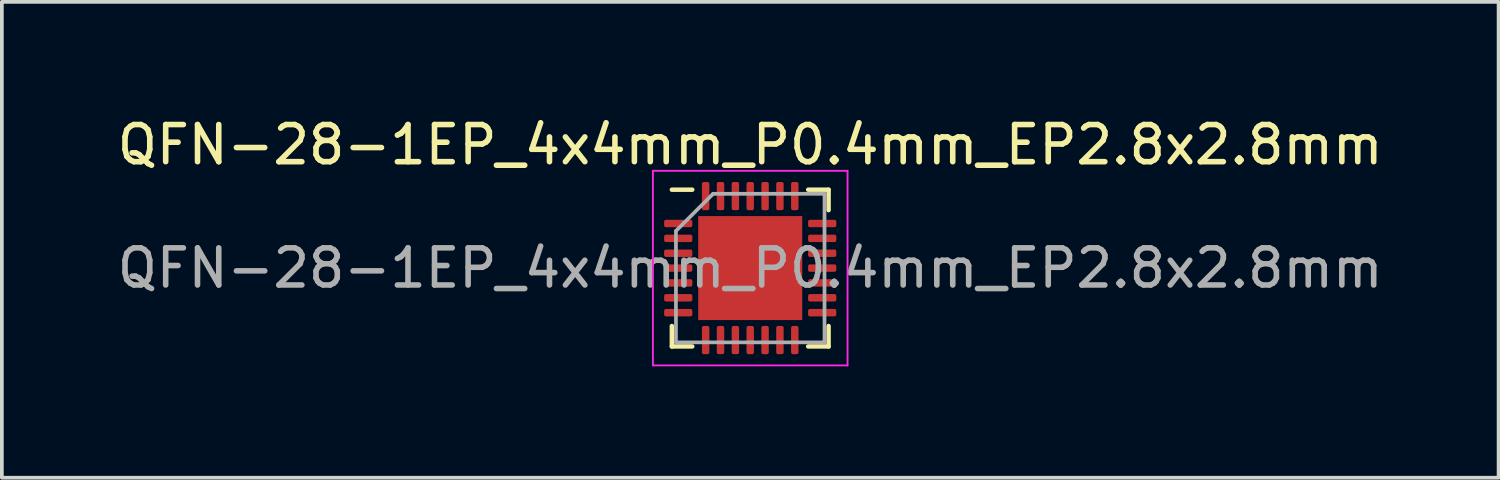
<source format=kicad_pcb>
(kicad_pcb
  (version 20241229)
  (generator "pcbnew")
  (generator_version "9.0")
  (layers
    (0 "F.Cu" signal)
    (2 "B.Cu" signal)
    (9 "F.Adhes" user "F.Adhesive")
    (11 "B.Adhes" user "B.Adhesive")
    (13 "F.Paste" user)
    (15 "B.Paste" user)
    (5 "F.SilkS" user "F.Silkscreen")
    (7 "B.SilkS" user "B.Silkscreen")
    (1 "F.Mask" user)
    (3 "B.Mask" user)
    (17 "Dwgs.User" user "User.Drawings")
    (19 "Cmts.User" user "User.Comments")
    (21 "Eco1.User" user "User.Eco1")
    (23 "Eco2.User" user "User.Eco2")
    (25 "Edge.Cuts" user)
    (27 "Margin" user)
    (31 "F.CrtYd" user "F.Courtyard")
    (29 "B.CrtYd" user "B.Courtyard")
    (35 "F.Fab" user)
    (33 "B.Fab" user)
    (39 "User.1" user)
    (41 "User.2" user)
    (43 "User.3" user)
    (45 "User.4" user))
  (footprint "QFN-28-1EP_4x4mm_P0.4mm_EP2.8x2.8mm"
    (layer "F.Cu")
    (at 17.149 4.168)
    (property "Reference" "QFN-28-1EP_4x4mm_P0.4mm_EP2.8x2.8mm" (at 0 -3.32 0) (layer "F.SilkS") (effects (font (size 1 1) (thickness 0.15))))
    (attr smd)
    (fp_line (start -2.11 2.11) (end -2.11 1.56) (stroke (width 0.12) (type solid)) (layer "F.SilkS"))
    (fp_line (start -1.56 -2.11) (end -2.11 -2.11) (stroke (width 0.12) (type solid)) (layer "F.SilkS"))
    (fp_line (start -1.56 2.11) (end -2.11 2.11) (stroke (width 0.12) (type solid)) (layer "F.SilkS"))
    (fp_line (start 1.56 -2.11) (end 2.11 -2.11) (stroke (width 0.12) (type solid)) (layer "F.SilkS"))
    (fp_line (start 1.56 2.11) (end 2.11 2.11) (stroke (width 0.12) (type solid)) (layer "F.SilkS"))
    (fp_line (start 2.11 -2.11) (end 2.11 -1.56) (stroke (width 0.12) (type solid)) (layer "F.SilkS"))
    (fp_line (start 2.11 2.11) (end 2.11 1.56) (stroke (width 0.12) (type solid)) (layer "F.SilkS"))
    (fp_line (start -2.62 -2.62) (end -2.62 2.62) (stroke (width 0.05) (type solid)) (layer "F.CrtYd"))
    (fp_line (start -2.62 2.62) (end 2.62 2.62) (stroke (width 0.05) (type solid)) (layer "F.CrtYd"))
    (fp_line (start 2.62 -2.62) (end -2.62 -2.62) (stroke (width 0.05) (type solid)) (layer "F.CrtYd"))
    (fp_line (start 2.62 2.62) (end 2.62 -2.62) (stroke (width 0.05) (type solid)) (layer "F.CrtYd"))
    (fp_line (start -2 -1) (end -1 -2) (stroke (width 0.1) (type solid)) (layer "F.Fab"))
    (fp_line (start -2 2) (end -2 -1) (stroke (width 0.1) (type solid)) (layer "F.Fab"))
    (fp_line (start -1 -2) (end 2 -2) (stroke (width 0.1) (type solid)) (layer "F.Fab"))
    (fp_line (start 2 -2) (end 2 2) (stroke (width 0.1) (type solid)) (layer "F.Fab"))
    (fp_line (start 2 2) (end -2 2) (stroke (width 0.1) (type solid)) (layer "F.Fab"))
    (fp_text user "${REFERENCE}" (at 0 0 0) (layer "F.Fab") (effects (font (size 1 1) (thickness 0.15))))
    (pad "" smd roundrect (at -0.65 -0.65) (size 1.05 1.05) (layers "F.Paste") (roundrect_rratio 0.25))
    (pad "" smd roundrect (at -0.65 0.65) (size 1.05 1.05) (layers "F.Paste") (roundrect_rratio 0.25))
    (pad "" smd roundrect (at 0.65 -0.65) (size 1.05 1.05) (layers "F.Paste") (roundrect_rratio 0.25))
    (pad "" smd roundrect (at 0.65 0.65) (size 1.05 1.05) (layers "F.Paste") (roundrect_rratio 0.25))
    (pad "1" smd roundrect (at -1.938 -1.2) (size 0.76 0.2) (layers "F.Cu" "F.Mask" "F.Paste") (roundrect_rratio 0.25))
    (pad "2" smd roundrect (at -1.938 -0.8) (size 0.76 0.2) (layers "F.Cu" "F.Mask" "F.Paste") (roundrect_rratio 0.25))
    (pad "3" smd roundrect (at -1.938 -0.4) (size 0.76 0.2) (layers "F.Cu" "F.Mask" "F.Paste") (roundrect_rratio 0.25))
    (pad "4" smd roundrect (at -1.938 0) (size 0.76 0.2) (layers "F.Cu" "F.Mask" "F.Paste") (roundrect_rratio 0.25))
    (pad "5" smd roundrect (at -1.938 0.4) (size 0.76 0.2) (layers "F.Cu" "F.Mask" "F.Paste") (roundrect_rratio 0.25))
    (pad "6" smd roundrect (at -1.938 0.8) (size 0.76 0.2) (layers "F.Cu" "F.Mask" "F.Paste") (roundrect_rratio 0.25))
    (pad "7" smd roundrect (at -1.938 1.2) (size 0.76 0.2) (layers "F.Cu" "F.Mask" "F.Paste") (roundrect_rratio 0.25))
    (pad "8" smd roundrect (at -1.2 1.938) (size 0.2 0.76) (layers "F.Cu" "F.Mask" "F.Paste") (roundrect_rratio 0.25))
    (pad "9" smd roundrect (at -0.8 1.938) (size 0.2 0.76) (layers "F.Cu" "F.Mask" "F.Paste") (roundrect_rratio 0.25))
    (pad "10" smd roundrect (at -0.4 1.938) (size 0.2 0.76) (layers "F.Cu" "F.Mask" "F.Paste") (roundrect_rratio 0.25))
    (pad "11" smd roundrect (at 0 1.938) (size 0.2 0.76) (layers "F.Cu" "F.Mask" "F.Paste") (roundrect_rratio 0.25))
    (pad "12" smd roundrect (at 0.4 1.938) (size 0.2 0.76) (layers "F.Cu" "F.Mask" "F.Paste") (roundrect_rratio 0.25))
    (pad "13" smd roundrect (at 0.8 1.938) (size 0.2 0.76) (layers "F.Cu" "F.Mask" "F.Paste") (roundrect_rratio 0.25))
    (pad "14" smd roundrect (at 1.2 1.938) (size 0.2 0.76) (layers "F.Cu" "F.Mask" "F.Paste") (roundrect_rratio 0.25))
    (pad "15" smd roundrect (at 1.938 1.2) (size 0.76 0.2) (layers "F.Cu" "F.Mask" "F.Paste") (roundrect_rratio 0.25))
    (pad "16" smd roundrect (at 1.938 0.8) (size 0.76 0.2) (layers "F.Cu" "F.Mask" "F.Paste") (roundrect_rratio 0.25))
    (pad "17" smd roundrect (at 1.938 0.4) (size 0.76 0.2) (layers "F.Cu" "F.Mask" "F.Paste") (roundrect_rratio 0.25))
    (pad "18" smd roundrect (at 1.938 0) (size 0.76 0.2) (layers "F.Cu" "F.Mask" "F.Paste") (roundrect_rratio 0.25))
    (pad "19" smd roundrect (at 1.938 -0.4) (size 0.76 0.2) (layers "F.Cu" "F.Mask" "F.Paste") (roundrect_rratio 0.25))
    (pad "20" smd roundrect (at 1.938 -0.8) (size 0.76 0.2) (layers "F.Cu" "F.Mask" "F.Paste") (roundrect_rratio 0.25))
    (pad "21" smd roundrect (at 1.938 -1.2) (size 0.76 0.2) (layers "F.Cu" "F.Mask" "F.Paste") (roundrect_rratio 0.25))
    (pad "22" smd roundrect (at 1.2 -1.938) (size 0.2 0.76) (layers "F.Cu" "F.Mask" "F.Paste") (roundrect_rratio 0.25))
    (pad "23" smd roundrect (at 0.8 -1.938) (size 0.2 0.76) (layers "F.Cu" "F.Mask" "F.Paste") (roundrect_rratio 0.25))
    (pad "24" smd roundrect (at 0.4 -1.938) (size 0.2 0.76) (layers "F.Cu" "F.Mask" "F.Paste") (roundrect_rratio 0.25))
    (pad "25" smd roundrect (at 0 -1.938) (size 0.2 0.76) (layers "F.Cu" "F.Mask" "F.Paste") (roundrect_rratio 0.25))
    (pad "26" smd roundrect (at -0.4 -1.938) (size 0.2 0.76) (layers "F.Cu" "F.Mask" "F.Paste") (roundrect_rratio 0.25))
    (pad "27" smd roundrect (at -0.8 -1.938) (size 0.2 0.76) (layers "F.Cu" "F.Mask" "F.Paste") (roundrect_rratio 0.25))
    (pad "28" smd roundrect (at -1.2 -1.938) (size 0.2 0.76) (layers "F.Cu" "F.Mask" "F.Paste") (roundrect_rratio 0.25))
    (pad "29" smd rect (at 0 0) (size 2.8 2.8) (layers "F.Cu" "F.Mask")))
  (gr_rect
    (start -3 -3)
    (end 37.298 9.813)
    (stroke (width 0.1) (type default))
    (fill no)
    (layer "Edge.Cuts")))
</source>
